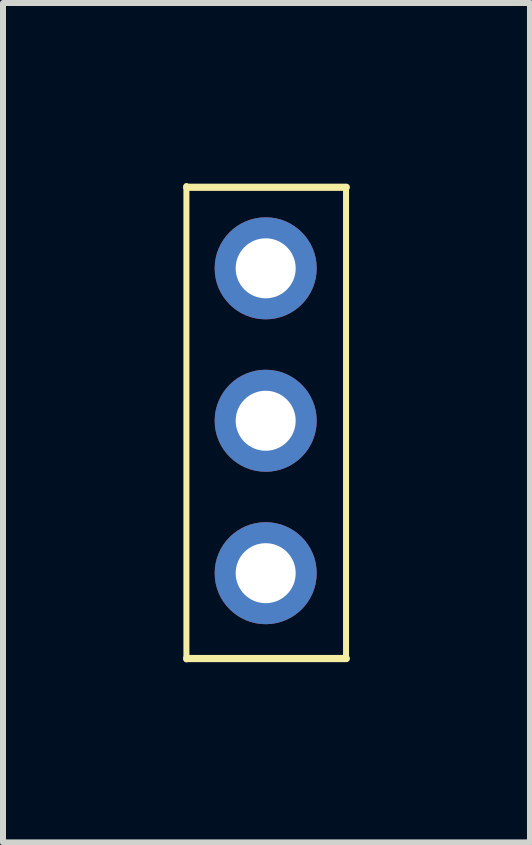
<source format=kicad_pcb>
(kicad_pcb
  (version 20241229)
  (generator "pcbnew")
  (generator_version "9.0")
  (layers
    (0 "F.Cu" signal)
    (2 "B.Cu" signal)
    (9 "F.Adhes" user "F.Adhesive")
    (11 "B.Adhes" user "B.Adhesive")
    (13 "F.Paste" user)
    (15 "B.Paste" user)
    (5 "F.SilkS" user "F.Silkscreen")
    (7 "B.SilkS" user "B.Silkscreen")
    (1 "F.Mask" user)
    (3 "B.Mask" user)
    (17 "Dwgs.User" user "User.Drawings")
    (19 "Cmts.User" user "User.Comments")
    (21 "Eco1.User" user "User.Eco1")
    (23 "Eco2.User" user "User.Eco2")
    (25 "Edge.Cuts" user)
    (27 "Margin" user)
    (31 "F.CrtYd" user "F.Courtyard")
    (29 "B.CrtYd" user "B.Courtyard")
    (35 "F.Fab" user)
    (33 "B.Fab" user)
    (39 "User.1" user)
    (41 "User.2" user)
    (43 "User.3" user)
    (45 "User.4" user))
  (footprint "IR"
    (layer "F.Cu")
    (at 1.377 1.353)
    (property "Reference" "IR" (at 0.012 0.018 90) (layer "F.SilkS") (effects (font (size 0.127 0.127) (thickness 0.032))))
    (attr through_hole)
    (fp_line (start -1.321 -1.303) (end -1.321 6.584) (stroke (width 0.1) (type solid)) (layer "F.SilkS"))
    (fp_line (start -1.317 -1.283) (end 1.343 -1.283) (stroke (width 0.12) (type solid)) (layer "F.SilkS"))
    (fp_line (start -1.316 6.57) (end 1.344 6.57) (stroke (width 0.12) (type solid)) (layer "F.SilkS"))
    (fp_line (start 1.339 6.576) (end 1.339 -1.276) (stroke (width 0.1) (type solid)) (layer "F.SilkS"))
    (fp_text user "${REFERENCE}" (at -0.194 0.03 90) (layer "F.Fab") (effects (font (size 0.127 0.127) (thickness 0.032))))
    (pad "1" thru_hole circle (at 0 0.068) (size 1.7 1.7) (drill 1) (layers "*.Cu" "*.Mask"))
    (pad "2" thru_hole oval (at 0 2.608) (size 1.7 1.7) (drill 1) (layers "*.Cu" "*.Mask"))
    (pad "3" thru_hole oval (at 0 5.148) (size 1.7 1.7) (drill 1) (layers "*.Cu" "*.Mask")))
  (gr_rect
    (start -3 -3)
    (end 5.781 10.987)
    (stroke (width 0.1) (type default))
    (fill no)
    (layer "Edge.Cuts")))
</source>
